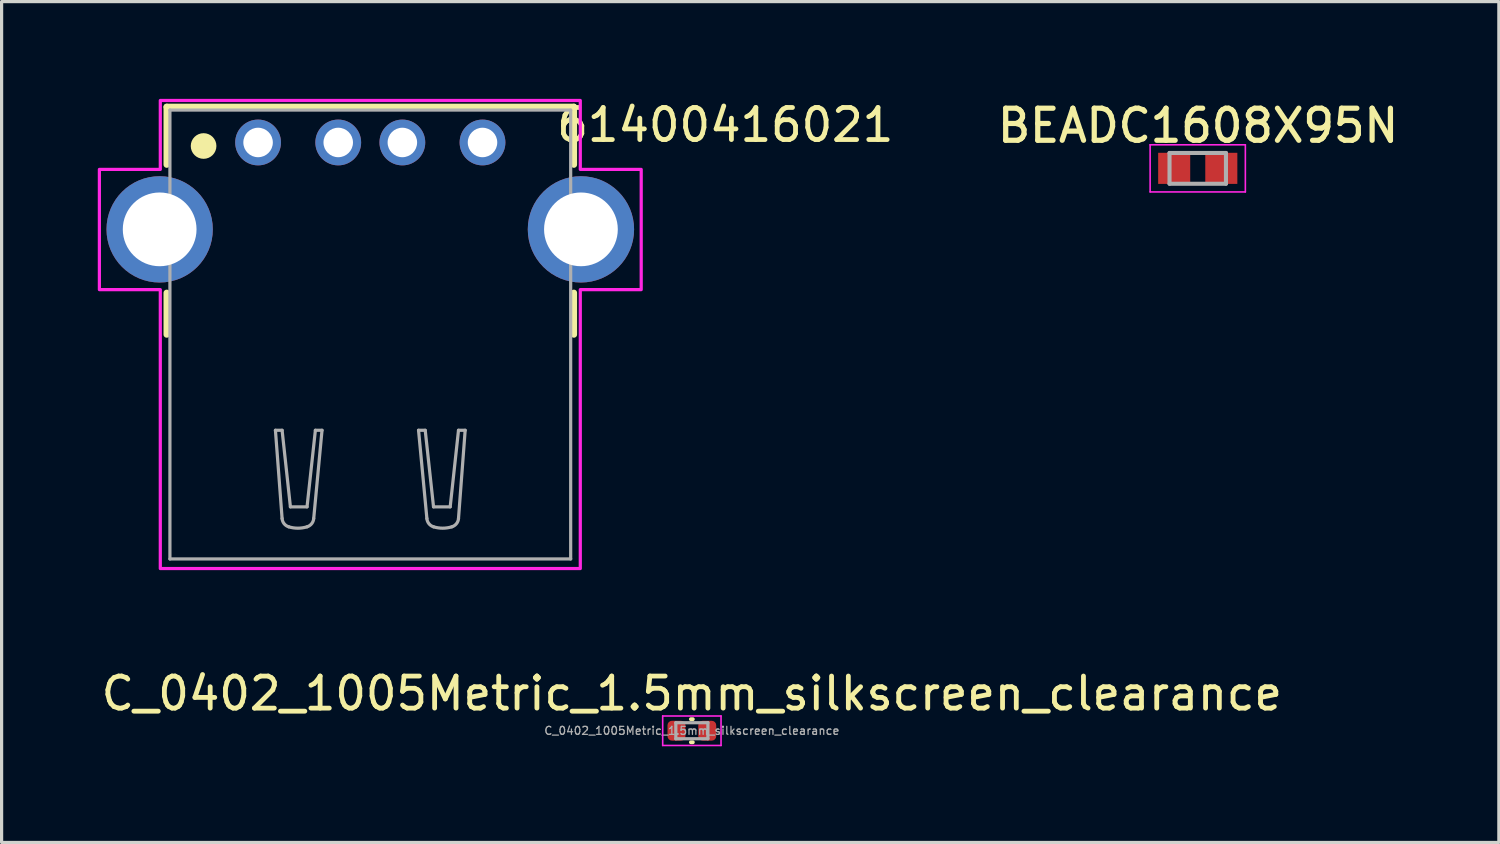
<source format=kicad_pcb>
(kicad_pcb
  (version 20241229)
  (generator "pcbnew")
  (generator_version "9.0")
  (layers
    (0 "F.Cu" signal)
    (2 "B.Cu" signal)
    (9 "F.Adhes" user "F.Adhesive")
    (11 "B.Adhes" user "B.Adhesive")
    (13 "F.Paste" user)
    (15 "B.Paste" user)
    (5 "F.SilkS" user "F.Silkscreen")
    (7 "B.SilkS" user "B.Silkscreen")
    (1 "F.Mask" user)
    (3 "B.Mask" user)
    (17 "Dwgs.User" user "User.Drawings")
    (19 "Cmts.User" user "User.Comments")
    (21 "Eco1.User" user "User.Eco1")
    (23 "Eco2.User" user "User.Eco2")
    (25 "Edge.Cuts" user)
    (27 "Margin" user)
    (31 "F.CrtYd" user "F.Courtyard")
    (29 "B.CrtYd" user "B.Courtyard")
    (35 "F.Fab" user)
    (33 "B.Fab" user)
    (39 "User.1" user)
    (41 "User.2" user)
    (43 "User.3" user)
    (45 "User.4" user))
  (footprint "61400416021"
    (layer "F.Cu")
    (at 8.5 7.384)
    (property "Reference" "61400416021" (at 11.073 -6.536 0) (layer "F.SilkS") (effects (font (size 1 1) (thickness 0.15))))
    (attr through_hole)
    (fp_line (start -6.35 -7.1) (end -6.35 -5.3) (stroke (width 0.2) (type solid)) (layer "F.SilkS"))
    (fp_line (start -6.35 -7.1) (end 6.35 -7.1) (stroke (width 0.2) (type solid)) (layer "F.SilkS"))
    (fp_line (start -6.35 -1.3) (end -6.35 0) (stroke (width 0.2) (type solid)) (layer "F.SilkS"))
    (fp_line (start 6.35 -7.1) (end 6.35 -5.3) (stroke (width 0.2) (type solid)) (layer "F.SilkS"))
    (fp_line (start 6.35 0) (end 6.35 -1.3) (stroke (width 0.2) (type solid)) (layer "F.SilkS"))
    (fp_circle (center -5.2 -5.88) (end -5 -5.88) (stroke (width 0.4) (type solid)) (fill no) (layer "F.SilkS"))
    (fp_poly (pts (xy -6.55 -7.3) (xy 6.55 -7.3) (xy 6.55 -5.15) (xy 8.45 -5.15) (xy 8.45 -1.4) (xy 6.55 -1.4) (xy 6.55 7.3) (xy -6.55 7.3) (xy -6.55 -1.4) (xy -8.45 -1.4) (xy -8.45 -5.15) (xy -6.55 -5.15)) (stroke (width 0.1) (type solid)) (fill no) (layer "F.CrtYd"))
    (fp_line (start -6.25 -7) (end -6.25 7) (stroke (width 0.1) (type solid)) (layer "F.Fab"))
    (fp_line (start -6.25 7) (end 6.25 7) (stroke (width 0.1) (type solid)) (layer "F.Fab"))
    (fp_line (start -2.959 2.987) (end -2.751 5.739) (stroke (width 0.1) (type solid)) (layer "F.Fab"))
    (fp_line (start -2.751 2.987) (end -2.959 2.987) (stroke (width 0.1) (type solid)) (layer "F.Fab"))
    (fp_line (start -2.492 5.375) (end -2.751 2.987) (stroke (width 0.1) (type solid)) (layer "F.Fab"))
    (fp_line (start -1.973 5.375) (end -2.492 5.375) (stroke (width 0.1) (type solid)) (layer "F.Fab"))
    (fp_line (start -1.765 5.739) (end -1.506 2.987) (stroke (width 0.1) (type solid)) (layer "F.Fab"))
    (fp_line (start -1.713 2.987) (end -1.973 5.375) (stroke (width 0.1) (type solid)) (layer "F.Fab"))
    (fp_line (start -1.506 2.987) (end -1.713 2.987) (stroke (width 0.1) (type solid)) (layer "F.Fab"))
    (fp_line (start 1.505 2.987) (end 1.713 2.987) (stroke (width 0.1) (type solid)) (layer "F.Fab"))
    (fp_line (start 1.713 2.987) (end 1.972 5.375) (stroke (width 0.1) (type solid)) (layer "F.Fab"))
    (fp_line (start 1.765 5.739) (end 1.505 2.987) (stroke (width 0.1) (type solid)) (layer "F.Fab"))
    (fp_line (start 1.972 5.375) (end 2.492 5.375) (stroke (width 0.1) (type solid)) (layer "F.Fab"))
    (fp_line (start 2.492 5.375) (end 2.751 2.987) (stroke (width 0.1) (type solid)) (layer "F.Fab"))
    (fp_line (start 2.751 2.987) (end 2.959 2.987) (stroke (width 0.1) (type solid)) (layer "F.Fab"))
    (fp_line (start 2.959 2.987) (end 2.751 5.739) (stroke (width 0.1) (type solid)) (layer "F.Fab"))
    (fp_line (start 6.25 -7) (end -6.25 -7) (stroke (width 0.1) (type solid)) (layer "F.Fab"))
    (fp_line (start 6.25 7) (end 6.25 -7) (stroke (width 0.1) (type solid)) (layer "F.Fab"))
    (fp_arc (start -2.5438 5.998) (mid -2.687659 5.900297) (end -2.7514 5.7385) (stroke (width 0.1) (type solid)) (layer "F.Fab"))
    (fp_arc (start -1.9727 5.998) (mid -2.25825 6.040802) (end -2.5438 5.998) (stroke (width 0.1) (type solid)) (layer "F.Fab"))
    (fp_arc (start -1.7651 5.7385) (mid -1.828841 5.900297) (end -1.9727 5.998) (stroke (width 0.1) (type solid)) (layer "F.Fab"))
    (fp_arc (start 1.9725 5.998) (mid 1.828641 5.900297) (end 1.7649 5.7385) (stroke (width 0.1) (type solid)) (layer "F.Fab"))
    (fp_arc (start 2.5436 5.998) (mid 2.25805 6.040802) (end 1.9725 5.998) (stroke (width 0.1) (type solid)) (layer "F.Fab"))
    (fp_arc (start 2.7512 5.7385) (mid 2.687459 5.900297) (end 2.5436 5.998) (stroke (width 0.1) (type solid)) (layer "F.Fab"))
    (pad "1" thru_hole circle (at -3.5 -5.99) (size 1.428 1.428) (drill 0.92) (layers "*.Cu" "*.Mask"))
    (pad "2" thru_hole circle (at -1 -5.99) (size 1.428 1.428) (drill 0.92) (layers "*.Cu" "*.Mask"))
    (pad "3" thru_hole circle (at 1 -5.99) (size 1.428 1.428) (drill 0.92) (layers "*.Cu" "*.Mask"))
    (pad "4" thru_hole circle (at 3.5 -5.99) (size 1.428 1.428) (drill 0.92) (layers "*.Cu" "*.Mask"))
    (pad "S1" thru_hole circle (at -6.57 -3.28) (size 3.316 3.316) (drill 2.3) (layers "*.Cu" "*.Mask"))
    (pad "S2" thru_hole circle (at 6.57 -3.28) (size 3.316 3.316) (drill 2.3) (layers "*.Cu" "*.Mask")))
  (footprint "C_0402_1005Metric_1.5mm_silkscreen_clearance"
    (layer "F.Cu")
    (at 18.53 19.742)
    (property "Reference" "C_0402_1005Metric_1.5mm_silkscreen_clearance" (at 0 -1.16 0) (layer "F.SilkS") (effects (font (size 1 1) (thickness 0.15))))
    (attr smd)
    (fp_line (start -0.03 -0.36) (end 0.03 -0.36) (stroke (width 0.12) (type solid)) (layer "F.SilkS"))
    (fp_line (start -0.03 0.36) (end 0.03 0.36) (stroke (width 0.12) (type solid)) (layer "F.SilkS"))
    (fp_line (start -0.91 -0.46) (end 0.91 -0.46) (stroke (width 0.05) (type solid)) (layer "F.CrtYd"))
    (fp_line (start -0.91 0.46) (end -0.91 -0.46) (stroke (width 0.05) (type solid)) (layer "F.CrtYd"))
    (fp_line (start 0.91 -0.46) (end 0.91 0.46) (stroke (width 0.05) (type solid)) (layer "F.CrtYd"))
    (fp_line (start 0.91 0.46) (end -0.91 0.46) (stroke (width 0.05) (type solid)) (layer "F.CrtYd"))
    (fp_line (start -0.5 -0.25) (end 0.5 -0.25) (stroke (width 0.1) (type solid)) (layer "F.Fab"))
    (fp_line (start -0.5 0.25) (end -0.5 -0.25) (stroke (width 0.1) (type solid)) (layer "F.Fab"))
    (fp_line (start 0.5 -0.25) (end 0.5 0.25) (stroke (width 0.1) (type solid)) (layer "F.Fab"))
    (fp_line (start 0.5 0.25) (end -0.5 0.25) (stroke (width 0.1) (type solid)) (layer "F.Fab"))
    (fp_text user "${REFERENCE}" (at 0 0 0) (layer "F.Fab") (effects (font (size 0.25 0.25) (thickness 0.04))))
    (pad "1" smd roundrect (at -0.48 0) (size 0.56 0.62) (layers "F.Cu" "F.Mask" "F.Paste") (roundrect_rratio 0.25))
    (pad "2" smd roundrect (at 0.48 0) (size 0.56 0.62) (layers "F.Cu" "F.Mask" "F.Paste") (roundrect_rratio 0.25)))
  (footprint "BEADC1608X95N"
    (layer "F.Cu")
    (at 34.309 2.201)
    (property "Reference" "BEADC1608X95N" (at 0.01 -1.33 0) (layer "F.SilkS") (effects (font (size 1 1) (thickness 0.163) (bold yes))))
    (attr smd)
    (fp_line (start -1.485 -0.735) (end 1.485 -0.735) (stroke (width 0.05) (type solid)) (layer "F.CrtYd"))
    (fp_line (start -1.485 0.735) (end -1.485 -0.735) (stroke (width 0.05) (type solid)) (layer "F.CrtYd"))
    (fp_line (start -1.485 0.735) (end 1.485 0.735) (stroke (width 0.05) (type solid)) (layer "F.CrtYd"))
    (fp_line (start 1.485 0.735) (end 1.485 -0.735) (stroke (width 0.05) (type solid)) (layer "F.CrtYd"))
    (fp_line (start -0.88 0.48) (end -0.88 -0.48) (stroke (width 0.127) (type solid)) (layer "F.Fab"))
    (fp_line (start 0.88 -0.48) (end -0.88 -0.48) (stroke (width 0.127) (type solid)) (layer "F.Fab"))
    (fp_line (start 0.88 0.48) (end -0.88 0.48) (stroke (width 0.127) (type solid)) (layer "F.Fab"))
    (fp_line (start 0.88 0.48) (end 0.88 -0.48) (stroke (width 0.127) (type solid)) (layer "F.Fab"))
    (pad "1" smd rect (at -0.735 0) (size 1 0.97) (layers "F.Cu" "F.Mask" "F.Paste"))
    (pad "2" smd rect (at 0.735 0) (size 1 0.97) (layers "F.Cu" "F.Mask" "F.Paste")))
  (gr_rect
    (start -3 -3)
    (end 43.701 23.227)
    (stroke (width 0.1) (type default))
    (fill no)
    (layer "Edge.Cuts")))
</source>
